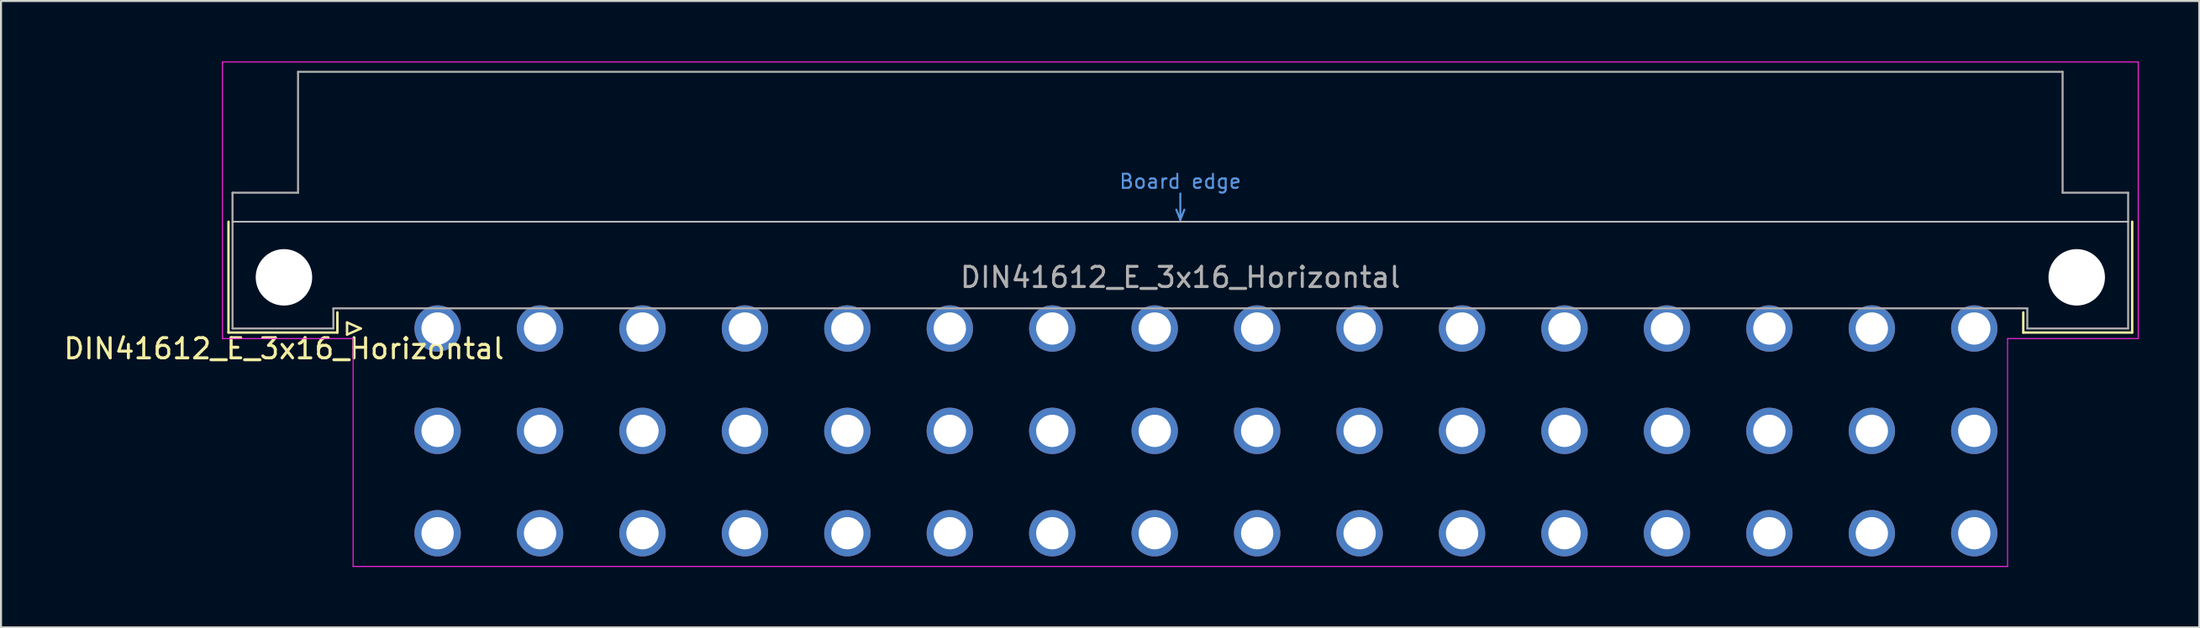
<source format=kicad_pcb>
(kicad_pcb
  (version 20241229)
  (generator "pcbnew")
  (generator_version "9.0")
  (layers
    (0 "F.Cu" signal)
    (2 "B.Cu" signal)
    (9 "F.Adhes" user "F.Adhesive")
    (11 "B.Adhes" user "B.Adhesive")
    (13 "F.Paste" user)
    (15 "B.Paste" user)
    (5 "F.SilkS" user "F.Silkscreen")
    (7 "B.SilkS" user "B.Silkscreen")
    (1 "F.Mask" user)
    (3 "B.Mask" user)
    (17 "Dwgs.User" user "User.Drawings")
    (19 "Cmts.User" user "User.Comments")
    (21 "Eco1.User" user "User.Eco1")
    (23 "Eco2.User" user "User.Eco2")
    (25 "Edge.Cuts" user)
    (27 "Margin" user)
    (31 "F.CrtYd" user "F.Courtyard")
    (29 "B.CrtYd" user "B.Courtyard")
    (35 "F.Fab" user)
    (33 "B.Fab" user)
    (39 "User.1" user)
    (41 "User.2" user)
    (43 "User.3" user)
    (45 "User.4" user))
  (footprint "DIN41612_E_3x16_Horizontal"
    (layer "F.Cu")
    (at 16.11 13.255)
    (property "Reference" "DIN41612_E_3x16_Horizontal" (at -5.08 1 0) (layer "F.SilkS") (effects (font (size 1 1) (thickness 0.15))))
    (attr through_hole)
    (fp_line (start -7.83 -5.3) (end -7.83 0.2) (stroke (width 0.12) (type solid)) (layer "F.SilkS"))
    (fp_line (start -7.83 0.2) (end -2.43 0.2) (stroke (width 0.12) (type solid)) (layer "F.SilkS"))
    (fp_line (start -2.43 0.2) (end -2.43 -0.8) (stroke (width 0.12) (type solid)) (layer "F.SilkS"))
    (fp_line (start -1.95 -0.3) (end -1.95 0.3) (stroke (width 0.12) (type solid)) (layer "F.SilkS"))
    (fp_line (start -1.95 0.3) (end -1.27 0) (stroke (width 0.12) (type solid)) (layer "F.SilkS"))
    (fp_line (start -1.27 0) (end -1.95 -0.3) (stroke (width 0.12) (type solid)) (layer "F.SilkS"))
    (fp_line (start 81.17 0.2) (end 81.17 -0.8) (stroke (width 0.12) (type solid)) (layer "F.SilkS"))
    (fp_line (start 86.57 -5.3) (end 86.57 0.2) (stroke (width 0.12) (type solid)) (layer "F.SilkS"))
    (fp_line (start 86.57 0.2) (end 81.17 0.2) (stroke (width 0.12) (type solid)) (layer "F.SilkS"))
    (fp_line (start -7.63 -5.3) (end 86.37 -5.3) (stroke (width 0.08) (type solid)) (layer "Dwgs.User"))
    (fp_line (start 39.17 -5.9) (end 39.37 -5.4) (stroke (width 0.1) (type solid)) (layer "Cmts.User"))
    (fp_line (start 39.37 -5.4) (end 39.37 -6.7) (stroke (width 0.1) (type solid)) (layer "Cmts.User"))
    (fp_line (start 39.37 -5.4) (end 39.57 -5.9) (stroke (width 0.1) (type solid)) (layer "Cmts.User"))
    (fp_line (start -8.13 -13.23) (end -8.13 0.5) (stroke (width 0.05) (type solid)) (layer "F.CrtYd"))
    (fp_line (start -8.13 0.5) (end -1.65 0.5) (stroke (width 0.05) (type solid)) (layer "F.CrtYd"))
    (fp_line (start -1.65 0.5) (end -1.65 11.81) (stroke (width 0.05) (type solid)) (layer "F.CrtYd"))
    (fp_line (start -1.65 11.81) (end 80.39 11.81) (stroke (width 0.05) (type solid)) (layer "F.CrtYd"))
    (fp_line (start 80.39 0.5) (end 86.87 0.5) (stroke (width 0.05) (type solid)) (layer "F.CrtYd"))
    (fp_line (start 80.39 11.81) (end 80.39 0.5) (stroke (width 0.05) (type solid)) (layer "F.CrtYd"))
    (fp_line (start 86.87 -13.23) (end -8.13 -13.23) (stroke (width 0.05) (type solid)) (layer "F.CrtYd"))
    (fp_line (start 86.87 0.5) (end 86.87 -13.23) (stroke (width 0.05) (type solid)) (layer "F.CrtYd"))
    (fp_line (start -7.63 -6.74) (end -7.63 0) (stroke (width 0.1) (type solid)) (layer "F.Fab"))
    (fp_line (start -7.63 0) (end -2.63 0) (stroke (width 0.1) (type solid)) (layer "F.Fab"))
    (fp_line (start -4.38 -12.74) (end -4.38 -6.74) (stroke (width 0.1) (type solid)) (layer "F.Fab"))
    (fp_line (start -4.38 -6.74) (end -7.63 -6.74) (stroke (width 0.1) (type solid)) (layer "F.Fab"))
    (fp_line (start -2.63 -1) (end 81.37 -1) (stroke (width 0.1) (type solid)) (layer "F.Fab"))
    (fp_line (start -2.63 0) (end -2.63 -1) (stroke (width 0.1) (type solid)) (layer "F.Fab"))
    (fp_line (start 81.37 -1) (end 81.37 0) (stroke (width 0.1) (type solid)) (layer "F.Fab"))
    (fp_line (start 81.37 0) (end 86.37 0) (stroke (width 0.1) (type solid)) (layer "F.Fab"))
    (fp_line (start 83.12 -12.74) (end -4.38 -12.74) (stroke (width 0.1) (type solid)) (layer "F.Fab"))
    (fp_line (start 83.12 -6.74) (end 83.12 -12.74) (stroke (width 0.1) (type solid)) (layer "F.Fab"))
    (fp_line (start 86.37 -6.74) (end 83.12 -6.74) (stroke (width 0.1) (type solid)) (layer "F.Fab"))
    (fp_line (start 86.37 0) (end 86.37 -6.74) (stroke (width 0.1) (type solid)) (layer "F.Fab"))
    (fp_text user "Board edge" (at 39.37 -7.3 0) (layer "Cmts.User") (effects (font (size 0.7 0.7) (thickness 0.1))))
    (fp_text user "${REFERENCE}" (at 39.37 -2.54 0) (layer "F.Fab") (effects (font (size 1 1) (thickness 0.15))))
    (pad "" np_thru_hole circle (at -5.08 -2.54) (size 2.8 2.8) (drill 2.8) (layers "*.Cu" "*.Mask"))
    (pad "" np_thru_hole circle (at 83.82 -2.54) (size 2.8 2.8) (drill 2.8) (layers "*.Cu" "*.Mask"))
    (pad "a2" thru_hole circle (at 2.54 0) (size 2.3 2.3) (drill 1.6) (layers "*.Cu" "*.Mask"))
    (pad "a4" thru_hole circle (at 7.62 0) (size 2.3 2.3) (drill 1.6) (layers "*.Cu" "*.Mask"))
    (pad "a6" thru_hole circle (at 12.7 0) (size 2.3 2.3) (drill 1.6) (layers "*.Cu" "*.Mask"))
    (pad "a8" thru_hole circle (at 17.78 0) (size 2.3 2.3) (drill 1.6) (layers "*.Cu" "*.Mask"))
    (pad "a10" thru_hole circle (at 22.86 0) (size 2.3 2.3) (drill 1.6) (layers "*.Cu" "*.Mask"))
    (pad "a12" thru_hole circle (at 27.94 0) (size 2.3 2.3) (drill 1.6) (layers "*.Cu" "*.Mask"))
    (pad "a14" thru_hole circle (at 33.02 0) (size 2.3 2.3) (drill 1.6) (layers "*.Cu" "*.Mask"))
    (pad "a16" thru_hole circle (at 38.1 0) (size 2.3 2.3) (drill 1.6) (layers "*.Cu" "*.Mask"))
    (pad "a18" thru_hole circle (at 43.18 0) (size 2.3 2.3) (drill 1.6) (layers "*.Cu" "*.Mask"))
    (pad "a20" thru_hole circle (at 48.26 0) (size 2.3 2.3) (drill 1.6) (layers "*.Cu" "*.Mask"))
    (pad "a22" thru_hole circle (at 53.34 0) (size 2.3 2.3) (drill 1.6) (layers "*.Cu" "*.Mask"))
    (pad "a24" thru_hole circle (at 58.42 0) (size 2.3 2.3) (drill 1.6) (layers "*.Cu" "*.Mask"))
    (pad "a26" thru_hole circle (at 63.5 0) (size 2.3 2.3) (drill 1.6) (layers "*.Cu" "*.Mask"))
    (pad "a28" thru_hole circle (at 68.58 0) (size 2.3 2.3) (drill 1.6) (layers "*.Cu" "*.Mask"))
    (pad "a30" thru_hole circle (at 73.66 0) (size 2.3 2.3) (drill 1.6) (layers "*.Cu" "*.Mask"))
    (pad "a32" thru_hole circle (at 78.74 0) (size 2.3 2.3) (drill 1.6) (layers "*.Cu" "*.Mask"))
    (pad "c2" thru_hole circle (at 2.54 5.08) (size 2.3 2.3) (drill 1.6) (layers "*.Cu" "*.Mask"))
    (pad "c4" thru_hole circle (at 7.62 5.08) (size 2.3 2.3) (drill 1.6) (layers "*.Cu" "*.Mask"))
    (pad "c6" thru_hole circle (at 12.7 5.08) (size 2.3 2.3) (drill 1.6) (layers "*.Cu" "*.Mask"))
    (pad "c8" thru_hole circle (at 17.78 5.08) (size 2.3 2.3) (drill 1.6) (layers "*.Cu" "*.Mask"))
    (pad "c10" thru_hole circle (at 22.86 5.08) (size 2.3 2.3) (drill 1.6) (layers "*.Cu" "*.Mask"))
    (pad "c12" thru_hole circle (at 27.94 5.08) (size 2.3 2.3) (drill 1.6) (layers "*.Cu" "*.Mask"))
    (pad "c14" thru_hole circle (at 33.02 5.08) (size 2.3 2.3) (drill 1.6) (layers "*.Cu" "*.Mask"))
    (pad "c16" thru_hole circle (at 38.1 5.08) (size 2.3 2.3) (drill 1.6) (layers "*.Cu" "*.Mask"))
    (pad "c18" thru_hole circle (at 43.18 5.08) (size 2.3 2.3) (drill 1.6) (layers "*.Cu" "*.Mask"))
    (pad "c20" thru_hole circle (at 48.26 5.08) (size 2.3 2.3) (drill 1.6) (layers "*.Cu" "*.Mask"))
    (pad "c22" thru_hole circle (at 53.34 5.08) (size 2.3 2.3) (drill 1.6) (layers "*.Cu" "*.Mask"))
    (pad "c24" thru_hole circle (at 58.42 5.08) (size 2.3 2.3) (drill 1.6) (layers "*.Cu" "*.Mask"))
    (pad "c26" thru_hole circle (at 63.5 5.08) (size 2.3 2.3) (drill 1.6) (layers "*.Cu" "*.Mask"))
    (pad "c28" thru_hole circle (at 68.58 5.08) (size 2.3 2.3) (drill 1.6) (layers "*.Cu" "*.Mask"))
    (pad "c30" thru_hole circle (at 73.66 5.08) (size 2.3 2.3) (drill 1.6) (layers "*.Cu" "*.Mask"))
    (pad "c32" thru_hole circle (at 78.74 5.08) (size 2.3 2.3) (drill 1.6) (layers "*.Cu" "*.Mask"))
    (pad "e2" thru_hole circle (at 2.54 10.16) (size 2.3 2.3) (drill 1.6) (layers "*.Cu" "*.Mask"))
    (pad "e4" thru_hole circle (at 7.62 10.16) (size 2.3 2.3) (drill 1.6) (layers "*.Cu" "*.Mask"))
    (pad "e6" thru_hole circle (at 12.7 10.16) (size 2.3 2.3) (drill 1.6) (layers "*.Cu" "*.Mask"))
    (pad "e8" thru_hole circle (at 17.78 10.16) (size 2.3 2.3) (drill 1.6) (layers "*.Cu" "*.Mask"))
    (pad "e10" thru_hole circle (at 22.86 10.16) (size 2.3 2.3) (drill 1.6) (layers "*.Cu" "*.Mask"))
    (pad "e12" thru_hole circle (at 27.94 10.16) (size 2.3 2.3) (drill 1.6) (layers "*.Cu" "*.Mask"))
    (pad "e14" thru_hole circle (at 33.02 10.16) (size 2.3 2.3) (drill 1.6) (layers "*.Cu" "*.Mask"))
    (pad "e16" thru_hole circle (at 38.1 10.16) (size 2.3 2.3) (drill 1.6) (layers "*.Cu" "*.Mask"))
    (pad "e18" thru_hole circle (at 43.18 10.16) (size 2.3 2.3) (drill 1.6) (layers "*.Cu" "*.Mask"))
    (pad "e20" thru_hole circle (at 48.26 10.16) (size 2.3 2.3) (drill 1.6) (layers "*.Cu" "*.Mask"))
    (pad "e22" thru_hole circle (at 53.34 10.16) (size 2.3 2.3) (drill 1.6) (layers "*.Cu" "*.Mask"))
    (pad "e24" thru_hole circle (at 58.42 10.16) (size 2.3 2.3) (drill 1.6) (layers "*.Cu" "*.Mask"))
    (pad "e26" thru_hole circle (at 63.5 10.16) (size 2.3 2.3) (drill 1.6) (layers "*.Cu" "*.Mask"))
    (pad "e28" thru_hole circle (at 68.58 10.16) (size 2.3 2.3) (drill 1.6) (layers "*.Cu" "*.Mask"))
    (pad "e30" thru_hole circle (at 73.66 10.16) (size 2.3 2.3) (drill 1.6) (layers "*.Cu" "*.Mask"))
    (pad "e32" thru_hole circle (at 78.74 10.16) (size 2.3 2.3) (drill 1.6) (layers "*.Cu" "*.Mask")))
  (gr_rect
    (start -3 -3)
    (end 106.005 28.09)
    (stroke (width 0.1) (type default))
    (fill no)
    (layer "Edge.Cuts")))
</source>
